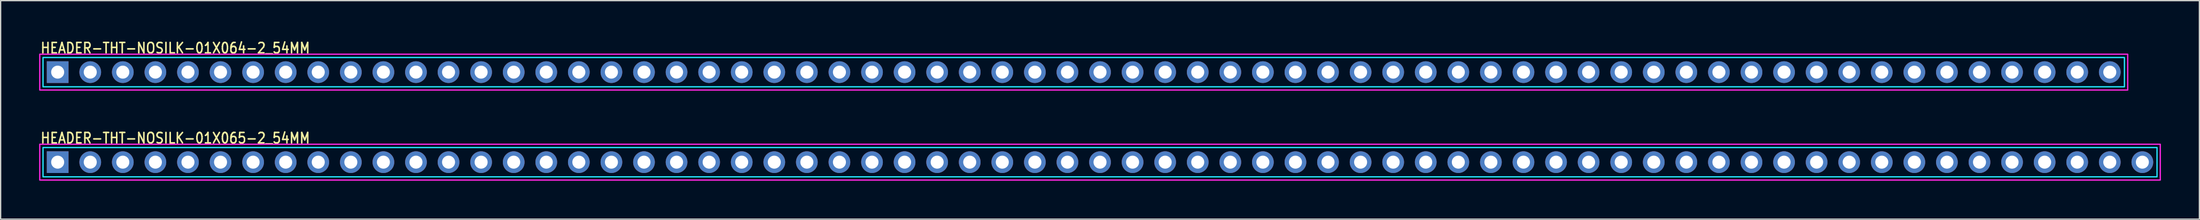
<source format=kicad_pcb>
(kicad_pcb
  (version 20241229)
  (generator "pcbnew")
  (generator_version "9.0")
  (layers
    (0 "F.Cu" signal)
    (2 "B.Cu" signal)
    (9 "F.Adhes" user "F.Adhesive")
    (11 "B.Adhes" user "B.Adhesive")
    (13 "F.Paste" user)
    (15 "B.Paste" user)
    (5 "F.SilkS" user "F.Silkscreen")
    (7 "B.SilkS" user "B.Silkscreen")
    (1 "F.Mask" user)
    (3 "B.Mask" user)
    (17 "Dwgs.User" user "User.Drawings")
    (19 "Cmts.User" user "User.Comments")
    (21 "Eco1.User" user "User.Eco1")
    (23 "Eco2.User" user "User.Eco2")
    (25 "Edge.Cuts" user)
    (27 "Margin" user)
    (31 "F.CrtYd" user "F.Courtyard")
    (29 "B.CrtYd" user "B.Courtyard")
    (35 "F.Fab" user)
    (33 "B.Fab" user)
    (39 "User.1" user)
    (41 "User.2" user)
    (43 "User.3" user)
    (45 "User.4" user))
  (footprint "HEADER-THT-NOSILK-01X064-2_54MM"
    (layer "F.Cu")
    (at 1.447 2.579)
    (property "Reference" "HEADER-THT-NOSILK-01X064-2_54MM" (at -1.4 -1.4 0) (unlocked yes) (layer "F.SilkS") (effects (font (size 0.813 0.695) (thickness 0.122)) (justify left bottom)))
    (fp_poly (pts (xy -1.143 -1.143) (xy 161.163 -1.143) (xy 161.163 1.143) (xy -1.143 1.143)) (stroke (width 0.1) (type solid)) (fill no) (layer "B.CrtYd"))
    (fp_poly (pts (xy -1.397 -1.397) (xy 161.417 -1.397) (xy 161.417 1.397) (xy -1.397 1.397)) (stroke (width 0.1) (type solid)) (fill no) (layer "F.CrtYd"))
    (pad "1" thru_hole rect (at 0 0) (size 1.693 1.693) (drill 1.016) (layers "*.Cu" "*.Mask"))
    (pad "2" thru_hole oval (at 2.54 0) (size 1.693 1.693) (drill 1.016) (layers "*.Cu" "*.Mask"))
    (pad "3" thru_hole oval (at 5.08 0) (size 1.693 1.693) (drill 1.016) (layers "*.Cu" "*.Mask"))
    (pad "4" thru_hole oval (at 7.62 0) (size 1.693 1.693) (drill 1.016) (layers "*.Cu" "*.Mask"))
    (pad "5" thru_hole oval (at 10.16 0) (size 1.693 1.693) (drill 1.016) (layers "*.Cu" "*.Mask"))
    (pad "6" thru_hole oval (at 12.7 0) (size 1.693 1.693) (drill 1.016) (layers "*.Cu" "*.Mask"))
    (pad "7" thru_hole oval (at 15.24 0) (size 1.693 1.693) (drill 1.016) (layers "*.Cu" "*.Mask"))
    (pad "8" thru_hole oval (at 17.78 0) (size 1.693 1.693) (drill 1.016) (layers "*.Cu" "*.Mask"))
    (pad "9" thru_hole oval (at 20.32 0) (size 1.693 1.693) (drill 1.016) (layers "*.Cu" "*.Mask"))
    (pad "10" thru_hole oval (at 22.86 0) (size 1.693 1.693) (drill 1.016) (layers "*.Cu" "*.Mask"))
    (pad "11" thru_hole oval (at 25.4 0) (size 1.693 1.693) (drill 1.016) (layers "*.Cu" "*.Mask"))
    (pad "12" thru_hole oval (at 27.94 0) (size 1.693 1.693) (drill 1.016) (layers "*.Cu" "*.Mask"))
    (pad "13" thru_hole oval (at 30.48 0) (size 1.693 1.693) (drill 1.016) (layers "*.Cu" "*.Mask"))
    (pad "14" thru_hole oval (at 33.02 0) (size 1.693 1.693) (drill 1.016) (layers "*.Cu" "*.Mask"))
    (pad "15" thru_hole oval (at 35.56 0) (size 1.693 1.693) (drill 1.016) (layers "*.Cu" "*.Mask"))
    (pad "16" thru_hole oval (at 38.1 0) (size 1.693 1.693) (drill 1.016) (layers "*.Cu" "*.Mask"))
    (pad "17" thru_hole oval (at 40.64 0) (size 1.693 1.693) (drill 1.016) (layers "*.Cu" "*.Mask"))
    (pad "18" thru_hole oval (at 43.18 0) (size 1.693 1.693) (drill 1.016) (layers "*.Cu" "*.Mask"))
    (pad "19" thru_hole oval (at 45.72 0) (size 1.693 1.693) (drill 1.016) (layers "*.Cu" "*.Mask"))
    (pad "20" thru_hole oval (at 48.26 0) (size 1.693 1.693) (drill 1.016) (layers "*.Cu" "*.Mask"))
    (pad "21" thru_hole oval (at 50.8 0) (size 1.693 1.693) (drill 1.016) (layers "*.Cu" "*.Mask"))
    (pad "22" thru_hole oval (at 53.34 0) (size 1.693 1.693) (drill 1.016) (layers "*.Cu" "*.Mask"))
    (pad "23" thru_hole oval (at 55.88 0) (size 1.693 1.693) (drill 1.016) (layers "*.Cu" "*.Mask"))
    (pad "24" thru_hole oval (at 58.42 0) (size 1.693 1.693) (drill 1.016) (layers "*.Cu" "*.Mask"))
    (pad "25" thru_hole oval (at 60.96 0) (size 1.693 1.693) (drill 1.016) (layers "*.Cu" "*.Mask"))
    (pad "26" thru_hole oval (at 63.5 0) (size 1.693 1.693) (drill 1.016) (layers "*.Cu" "*.Mask"))
    (pad "27" thru_hole oval (at 66.04 0) (size 1.693 1.693) (drill 1.016) (layers "*.Cu" "*.Mask"))
    (pad "28" thru_hole oval (at 68.58 0) (size 1.693 1.693) (drill 1.016) (layers "*.Cu" "*.Mask"))
    (pad "29" thru_hole oval (at 71.12 0) (size 1.693 1.693) (drill 1.016) (layers "*.Cu" "*.Mask"))
    (pad "30" thru_hole oval (at 73.66 0) (size 1.693 1.693) (drill 1.016) (layers "*.Cu" "*.Mask"))
    (pad "31" thru_hole oval (at 76.2 0) (size 1.693 1.693) (drill 1.016) (layers "*.Cu" "*.Mask"))
    (pad "32" thru_hole oval (at 78.74 0) (size 1.693 1.693) (drill 1.016) (layers "*.Cu" "*.Mask"))
    (pad "33" thru_hole oval (at 81.28 0) (size 1.693 1.693) (drill 1.016) (layers "*.Cu" "*.Mask"))
    (pad "34" thru_hole oval (at 83.82 0) (size 1.693 1.693) (drill 1.016) (layers "*.Cu" "*.Mask"))
    (pad "35" thru_hole oval (at 86.36 0) (size 1.693 1.693) (drill 1.016) (layers "*.Cu" "*.Mask"))
    (pad "36" thru_hole oval (at 88.9 0) (size 1.693 1.693) (drill 1.016) (layers "*.Cu" "*.Mask"))
    (pad "37" thru_hole oval (at 91.44 0) (size 1.693 1.693) (drill 1.016) (layers "*.Cu" "*.Mask"))
    (pad "38" thru_hole oval (at 93.98 0) (size 1.693 1.693) (drill 1.016) (layers "*.Cu" "*.Mask"))
    (pad "39" thru_hole oval (at 96.52 0) (size 1.693 1.693) (drill 1.016) (layers "*.Cu" "*.Mask"))
    (pad "40" thru_hole oval (at 99.06 0) (size 1.693 1.693) (drill 1.016) (layers "*.Cu" "*.Mask"))
    (pad "41" thru_hole oval (at 101.6 0) (size 1.693 1.693) (drill 1.016) (layers "*.Cu" "*.Mask"))
    (pad "42" thru_hole oval (at 104.14 0) (size 1.693 1.693) (drill 1.016) (layers "*.Cu" "*.Mask"))
    (pad "43" thru_hole oval (at 106.68 0) (size 1.693 1.693) (drill 1.016) (layers "*.Cu" "*.Mask"))
    (pad "44" thru_hole oval (at 109.22 0) (size 1.693 1.693) (drill 1.016) (layers "*.Cu" "*.Mask"))
    (pad "45" thru_hole oval (at 111.76 0) (size 1.693 1.693) (drill 1.016) (layers "*.Cu" "*.Mask"))
    (pad "46" thru_hole oval (at 114.3 0) (size 1.693 1.693) (drill 1.016) (layers "*.Cu" "*.Mask"))
    (pad "47" thru_hole oval (at 116.84 0) (size 1.693 1.693) (drill 1.016) (layers "*.Cu" "*.Mask"))
    (pad "48" thru_hole oval (at 119.38 0) (size 1.693 1.693) (drill 1.016) (layers "*.Cu" "*.Mask"))
    (pad "49" thru_hole oval (at 121.92 0) (size 1.693 1.693) (drill 1.016) (layers "*.Cu" "*.Mask"))
    (pad "50" thru_hole oval (at 124.46 0) (size 1.693 1.693) (drill 1.016) (layers "*.Cu" "*.Mask"))
    (pad "51" thru_hole oval (at 127 0) (size 1.693 1.693) (drill 1.016) (layers "*.Cu" "*.Mask"))
    (pad "52" thru_hole oval (at 129.54 0) (size 1.693 1.693) (drill 1.016) (layers "*.Cu" "*.Mask"))
    (pad "53" thru_hole oval (at 132.08 0) (size 1.693 1.693) (drill 1.016) (layers "*.Cu" "*.Mask"))
    (pad "54" thru_hole oval (at 134.62 0) (size 1.693 1.693) (drill 1.016) (layers "*.Cu" "*.Mask"))
    (pad "55" thru_hole oval (at 137.16 0) (size 1.693 1.693) (drill 1.016) (layers "*.Cu" "*.Mask"))
    (pad "56" thru_hole oval (at 139.7 0) (size 1.693 1.693) (drill 1.016) (layers "*.Cu" "*.Mask"))
    (pad "57" thru_hole oval (at 142.24 0) (size 1.693 1.693) (drill 1.016) (layers "*.Cu" "*.Mask"))
    (pad "58" thru_hole oval (at 144.78 0) (size 1.693 1.693) (drill 1.016) (layers "*.Cu" "*.Mask"))
    (pad "59" thru_hole oval (at 147.32 0) (size 1.693 1.693) (drill 1.016) (layers "*.Cu" "*.Mask"))
    (pad "60" thru_hole oval (at 149.86 0) (size 1.693 1.693) (drill 1.016) (layers "*.Cu" "*.Mask"))
    (pad "61" thru_hole oval (at 152.4 0) (size 1.693 1.693) (drill 1.016) (layers "*.Cu" "*.Mask"))
    (pad "62" thru_hole oval (at 154.94 0) (size 1.693 1.693) (drill 1.016) (layers "*.Cu" "*.Mask"))
    (pad "63" thru_hole oval (at 157.48 0) (size 1.693 1.693) (drill 1.016) (layers "*.Cu" "*.Mask"))
    (pad "64" thru_hole oval (at 160.02 0) (size 1.693 1.693) (drill 1.016) (layers "*.Cu" "*.Mask")))
  (footprint "HEADER-THT-NOSILK-01X065-2_54MM"
    (layer "F.Cu")
    (at 1.447 9.604)
    (property "Reference" "HEADER-THT-NOSILK-01X065-2_54MM" (at -1.4 -1.4 0) (unlocked yes) (layer "F.SilkS") (effects (font (size 0.813 0.695) (thickness 0.122)) (justify left bottom)))
    (fp_poly (pts (xy -1.143 -1.143) (xy 163.703 -1.143) (xy 163.703 1.143) (xy -1.143 1.143)) (stroke (width 0.1) (type solid)) (fill no) (layer "B.CrtYd"))
    (fp_poly (pts (xy -1.397 -1.397) (xy 163.957 -1.397) (xy 163.957 1.397) (xy -1.397 1.397)) (stroke (width 0.1) (type solid)) (fill no) (layer "F.CrtYd"))
    (pad "1" thru_hole rect (at 0 0) (size 1.693 1.693) (drill 1.016) (layers "*.Cu" "*.Mask"))
    (pad "2" thru_hole oval (at 2.54 0) (size 1.693 1.693) (drill 1.016) (layers "*.Cu" "*.Mask"))
    (pad "3" thru_hole oval (at 5.08 0) (size 1.693 1.693) (drill 1.016) (layers "*.Cu" "*.Mask"))
    (pad "4" thru_hole oval (at 7.62 0) (size 1.693 1.693) (drill 1.016) (layers "*.Cu" "*.Mask"))
    (pad "5" thru_hole oval (at 10.16 0) (size 1.693 1.693) (drill 1.016) (layers "*.Cu" "*.Mask"))
    (pad "6" thru_hole oval (at 12.7 0) (size 1.693 1.693) (drill 1.016) (layers "*.Cu" "*.Mask"))
    (pad "7" thru_hole oval (at 15.24 0) (size 1.693 1.693) (drill 1.016) (layers "*.Cu" "*.Mask"))
    (pad "8" thru_hole oval (at 17.78 0) (size 1.693 1.693) (drill 1.016) (layers "*.Cu" "*.Mask"))
    (pad "9" thru_hole oval (at 20.32 0) (size 1.693 1.693) (drill 1.016) (layers "*.Cu" "*.Mask"))
    (pad "10" thru_hole oval (at 22.86 0) (size 1.693 1.693) (drill 1.016) (layers "*.Cu" "*.Mask"))
    (pad "11" thru_hole oval (at 25.4 0) (size 1.693 1.693) (drill 1.016) (layers "*.Cu" "*.Mask"))
    (pad "12" thru_hole oval (at 27.94 0) (size 1.693 1.693) (drill 1.016) (layers "*.Cu" "*.Mask"))
    (pad "13" thru_hole oval (at 30.48 0) (size 1.693 1.693) (drill 1.016) (layers "*.Cu" "*.Mask"))
    (pad "14" thru_hole oval (at 33.02 0) (size 1.693 1.693) (drill 1.016) (layers "*.Cu" "*.Mask"))
    (pad "15" thru_hole oval (at 35.56 0) (size 1.693 1.693) (drill 1.016) (layers "*.Cu" "*.Mask"))
    (pad "16" thru_hole oval (at 38.1 0) (size 1.693 1.693) (drill 1.016) (layers "*.Cu" "*.Mask"))
    (pad "17" thru_hole oval (at 40.64 0) (size 1.693 1.693) (drill 1.016) (layers "*.Cu" "*.Mask"))
    (pad "18" thru_hole oval (at 43.18 0) (size 1.693 1.693) (drill 1.016) (layers "*.Cu" "*.Mask"))
    (pad "19" thru_hole oval (at 45.72 0) (size 1.693 1.693) (drill 1.016) (layers "*.Cu" "*.Mask"))
    (pad "20" thru_hole oval (at 48.26 0) (size 1.693 1.693) (drill 1.016) (layers "*.Cu" "*.Mask"))
    (pad "21" thru_hole oval (at 50.8 0) (size 1.693 1.693) (drill 1.016) (layers "*.Cu" "*.Mask"))
    (pad "22" thru_hole oval (at 53.34 0) (size 1.693 1.693) (drill 1.016) (layers "*.Cu" "*.Mask"))
    (pad "23" thru_hole oval (at 55.88 0) (size 1.693 1.693) (drill 1.016) (layers "*.Cu" "*.Mask"))
    (pad "24" thru_hole oval (at 58.42 0) (size 1.693 1.693) (drill 1.016) (layers "*.Cu" "*.Mask"))
    (pad "25" thru_hole oval (at 60.96 0) (size 1.693 1.693) (drill 1.016) (layers "*.Cu" "*.Mask"))
    (pad "26" thru_hole oval (at 63.5 0) (size 1.693 1.693) (drill 1.016) (layers "*.Cu" "*.Mask"))
    (pad "27" thru_hole oval (at 66.04 0) (size 1.693 1.693) (drill 1.016) (layers "*.Cu" "*.Mask"))
    (pad "28" thru_hole oval (at 68.58 0) (size 1.693 1.693) (drill 1.016) (layers "*.Cu" "*.Mask"))
    (pad "29" thru_hole oval (at 71.12 0) (size 1.693 1.693) (drill 1.016) (layers "*.Cu" "*.Mask"))
    (pad "30" thru_hole oval (at 73.66 0) (size 1.693 1.693) (drill 1.016) (layers "*.Cu" "*.Mask"))
    (pad "31" thru_hole oval (at 76.2 0) (size 1.693 1.693) (drill 1.016) (layers "*.Cu" "*.Mask"))
    (pad "32" thru_hole oval (at 78.74 0) (size 1.693 1.693) (drill 1.016) (layers "*.Cu" "*.Mask"))
    (pad "33" thru_hole oval (at 81.28 0) (size 1.693 1.693) (drill 1.016) (layers "*.Cu" "*.Mask"))
    (pad "34" thru_hole oval (at 83.82 0) (size 1.693 1.693) (drill 1.016) (layers "*.Cu" "*.Mask"))
    (pad "35" thru_hole oval (at 86.36 0) (size 1.693 1.693) (drill 1.016) (layers "*.Cu" "*.Mask"))
    (pad "36" thru_hole oval (at 88.9 0) (size 1.693 1.693) (drill 1.016) (layers "*.Cu" "*.Mask"))
    (pad "37" thru_hole oval (at 91.44 0) (size 1.693 1.693) (drill 1.016) (layers "*.Cu" "*.Mask"))
    (pad "38" thru_hole oval (at 93.98 0) (size 1.693 1.693) (drill 1.016) (layers "*.Cu" "*.Mask"))
    (pad "39" thru_hole oval (at 96.52 0) (size 1.693 1.693) (drill 1.016) (layers "*.Cu" "*.Mask"))
    (pad "40" thru_hole oval (at 99.06 0) (size 1.693 1.693) (drill 1.016) (layers "*.Cu" "*.Mask"))
    (pad "41" thru_hole oval (at 101.6 0) (size 1.693 1.693) (drill 1.016) (layers "*.Cu" "*.Mask"))
    (pad "42" thru_hole oval (at 104.14 0) (size 1.693 1.693) (drill 1.016) (layers "*.Cu" "*.Mask"))
    (pad "43" thru_hole oval (at 106.68 0) (size 1.693 1.693) (drill 1.016) (layers "*.Cu" "*.Mask"))
    (pad "44" thru_hole oval (at 109.22 0) (size 1.693 1.693) (drill 1.016) (layers "*.Cu" "*.Mask"))
    (pad "45" thru_hole oval (at 111.76 0) (size 1.693 1.693) (drill 1.016) (layers "*.Cu" "*.Mask"))
    (pad "46" thru_hole oval (at 114.3 0) (size 1.693 1.693) (drill 1.016) (layers "*.Cu" "*.Mask"))
    (pad "47" thru_hole oval (at 116.84 0) (size 1.693 1.693) (drill 1.016) (layers "*.Cu" "*.Mask"))
    (pad "48" thru_hole oval (at 119.38 0) (size 1.693 1.693) (drill 1.016) (layers "*.Cu" "*.Mask"))
    (pad "49" thru_hole oval (at 121.92 0) (size 1.693 1.693) (drill 1.016) (layers "*.Cu" "*.Mask"))
    (pad "50" thru_hole oval (at 124.46 0) (size 1.693 1.693) (drill 1.016) (layers "*.Cu" "*.Mask"))
    (pad "51" thru_hole oval (at 127 0) (size 1.693 1.693) (drill 1.016) (layers "*.Cu" "*.Mask"))
    (pad "52" thru_hole oval (at 129.54 0) (size 1.693 1.693) (drill 1.016) (layers "*.Cu" "*.Mask"))
    (pad "53" thru_hole oval (at 132.08 0) (size 1.693 1.693) (drill 1.016) (layers "*.Cu" "*.Mask"))
    (pad "54" thru_hole oval (at 134.62 0) (size 1.693 1.693) (drill 1.016) (layers "*.Cu" "*.Mask"))
    (pad "55" thru_hole oval (at 137.16 0) (size 1.693 1.693) (drill 1.016) (layers "*.Cu" "*.Mask"))
    (pad "56" thru_hole oval (at 139.7 0) (size 1.693 1.693) (drill 1.016) (layers "*.Cu" "*.Mask"))
    (pad "57" thru_hole oval (at 142.24 0) (size 1.693 1.693) (drill 1.016) (layers "*.Cu" "*.Mask"))
    (pad "58" thru_hole oval (at 144.78 0) (size 1.693 1.693) (drill 1.016) (layers "*.Cu" "*.Mask"))
    (pad "59" thru_hole oval (at 147.32 0) (size 1.693 1.693) (drill 1.016) (layers "*.Cu" "*.Mask"))
    (pad "60" thru_hole oval (at 149.86 0) (size 1.693 1.693) (drill 1.016) (layers "*.Cu" "*.Mask"))
    (pad "61" thru_hole oval (at 152.4 0) (size 1.693 1.693) (drill 1.016) (layers "*.Cu" "*.Mask"))
    (pad "62" thru_hole oval (at 154.94 0) (size 1.693 1.693) (drill 1.016) (layers "*.Cu" "*.Mask"))
    (pad "63" thru_hole oval (at 157.48 0) (size 1.693 1.693) (drill 1.016) (layers "*.Cu" "*.Mask"))
    (pad "64" thru_hole oval (at 160.02 0) (size 1.693 1.693) (drill 1.016) (layers "*.Cu" "*.Mask"))
    (pad "65" thru_hole oval (at 162.56 0) (size 1.693 1.693) (drill 1.016) (layers "*.Cu" "*.Mask")))
  (gr_rect
    (start -3 -3)
    (end 168.454 14.051)
    (stroke (width 0.1) (type default))
    (fill no)
    (layer "Edge.Cuts")))
</source>
